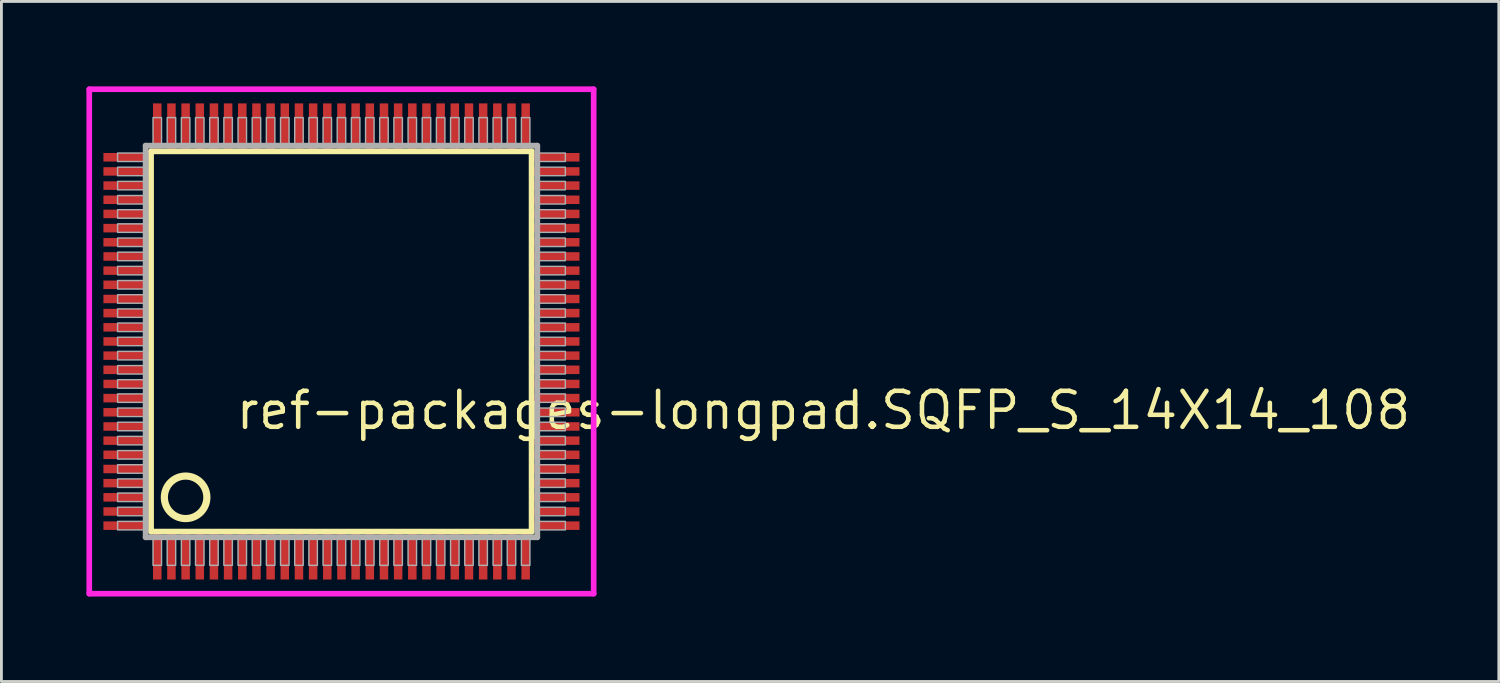
<source format=kicad_pcb>
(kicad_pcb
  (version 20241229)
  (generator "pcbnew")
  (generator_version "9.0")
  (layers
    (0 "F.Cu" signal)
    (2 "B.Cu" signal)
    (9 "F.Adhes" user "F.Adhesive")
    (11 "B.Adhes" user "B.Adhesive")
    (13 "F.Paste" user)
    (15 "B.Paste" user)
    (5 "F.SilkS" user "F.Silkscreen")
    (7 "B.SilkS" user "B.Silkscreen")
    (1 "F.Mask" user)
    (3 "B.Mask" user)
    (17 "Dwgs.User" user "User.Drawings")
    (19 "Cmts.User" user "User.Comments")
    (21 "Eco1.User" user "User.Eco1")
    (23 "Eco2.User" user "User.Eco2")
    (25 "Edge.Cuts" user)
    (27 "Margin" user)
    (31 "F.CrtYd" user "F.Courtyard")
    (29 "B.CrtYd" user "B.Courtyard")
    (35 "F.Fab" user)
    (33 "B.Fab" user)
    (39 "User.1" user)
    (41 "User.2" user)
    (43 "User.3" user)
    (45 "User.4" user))
  (footprint "ref-packages-longpad.SQFP_S_14X14_108"
    (layer "F.Cu")
    (at 9 9)
    (property "Reference" "ref-packages-longpad.SQFP_S_14X14_108" (at -3.81 3.175 0) (layer "F.SilkS") (effects (font (size 1.27 1.27) (thickness 0.16)) (justify left bottom)))
    (attr smd)
    (fp_line (start -6.72 -6.71) (end 6.71 -6.71) (stroke (width 0.203) (type default)) (layer "F.SilkS"))
    (fp_line (start -6.72 6.71) (end -6.72 -6.71) (stroke (width 0.203) (type default)) (layer "F.SilkS"))
    (fp_line (start 6.71 6.71) (end -6.72 6.71) (stroke (width 0.203) (type default)) (layer "F.SilkS"))
    (fp_line (start 6.71 -6.71) (end 6.71 6.71) (stroke (width 0.203) (type default)) (layer "F.SilkS"))
    (fp_circle (center -5.5 5.5) (end -4.75 5.5) (stroke (width 0.254) (type default)) (fill no) (layer "F.SilkS"))
    (fp_line (start -8.9 -8.9) (end 8.9 -8.9) (stroke (width 0.2) (type default)) (layer "F.CrtYd"))
    (fp_line (start -8.9 8.9) (end -8.9 -8.9) (stroke (width 0.2) (type default)) (layer "F.CrtYd"))
    (fp_line (start 8.9 -8.9) (end 8.9 8.9) (stroke (width 0.2) (type default)) (layer "F.CrtYd"))
    (fp_line (start 8.9 8.9) (end -8.9 8.9) (stroke (width 0.2) (type default)) (layer "F.CrtYd"))
    (fp_line (start -6.91 -6.91) (end -6.91 6.91) (stroke (width 0.203) (type default)) (layer "F.Fab"))
    (fp_line (start -6.91 6.91) (end 6.91 6.91) (stroke (width 0.203) (type default)) (layer "F.Fab"))
    (fp_line (start 6.91 -6.91) (end -6.91 -6.91) (stroke (width 0.203) (type default)) (layer "F.Fab"))
    (fp_line (start 6.91 6.91) (end 6.91 -6.91) (stroke (width 0.203) (type default)) (layer "F.Fab"))
    (fp_rect (start -7.9 -6.35) (end -6.95 -6.65) (stroke (width 0.05) (type default)) (fill no) (layer "F.Fab"))
    (fp_rect (start -7.9 -5.85) (end -6.95 -6.15) (stroke (width 0.05) (type default)) (fill no) (layer "F.Fab"))
    (fp_rect (start -7.9 -5.35) (end -6.95 -5.65) (stroke (width 0.05) (type default)) (fill no) (layer "F.Fab"))
    (fp_rect (start -7.9 -4.85) (end -6.95 -5.15) (stroke (width 0.05) (type default)) (fill no) (layer "F.Fab"))
    (fp_rect (start -7.9 -4.35) (end -6.95 -4.65) (stroke (width 0.05) (type default)) (fill no) (layer "F.Fab"))
    (fp_rect (start -7.9 -3.85) (end -6.95 -4.15) (stroke (width 0.05) (type default)) (fill no) (layer "F.Fab"))
    (fp_rect (start -7.9 -3.35) (end -6.95 -3.65) (stroke (width 0.05) (type default)) (fill no) (layer "F.Fab"))
    (fp_rect (start -7.9 -2.85) (end -6.95 -3.15) (stroke (width 0.05) (type default)) (fill no) (layer "F.Fab"))
    (fp_rect (start -7.9 -2.35) (end -6.95 -2.65) (stroke (width 0.05) (type default)) (fill no) (layer "F.Fab"))
    (fp_rect (start -7.9 -1.85) (end -6.95 -2.15) (stroke (width 0.05) (type default)) (fill no) (layer "F.Fab"))
    (fp_rect (start -7.9 -1.35) (end -6.95 -1.65) (stroke (width 0.05) (type default)) (fill no) (layer "F.Fab"))
    (fp_rect (start -7.9 -0.85) (end -6.95 -1.15) (stroke (width 0.05) (type default)) (fill no) (layer "F.Fab"))
    (fp_rect (start -7.9 -0.35) (end -6.95 -0.65) (stroke (width 0.05) (type default)) (fill no) (layer "F.Fab"))
    (fp_rect (start -7.9 0.15) (end -6.95 -0.15) (stroke (width 0.05) (type default)) (fill no) (layer "F.Fab"))
    (fp_rect (start -7.9 0.65) (end -6.95 0.35) (stroke (width 0.05) (type default)) (fill no) (layer "F.Fab"))
    (fp_rect (start -7.9 1.15) (end -6.95 0.85) (stroke (width 0.05) (type default)) (fill no) (layer "F.Fab"))
    (fp_rect (start -7.9 1.65) (end -6.95 1.35) (stroke (width 0.05) (type default)) (fill no) (layer "F.Fab"))
    (fp_rect (start -7.9 2.15) (end -6.95 1.85) (stroke (width 0.05) (type default)) (fill no) (layer "F.Fab"))
    (fp_rect (start -7.9 2.65) (end -6.95 2.35) (stroke (width 0.05) (type default)) (fill no) (layer "F.Fab"))
    (fp_rect (start -7.9 3.15) (end -6.95 2.85) (stroke (width 0.05) (type default)) (fill no) (layer "F.Fab"))
    (fp_rect (start -7.9 3.65) (end -6.95 3.35) (stroke (width 0.05) (type default)) (fill no) (layer "F.Fab"))
    (fp_rect (start -7.9 4.15) (end -6.95 3.85) (stroke (width 0.05) (type default)) (fill no) (layer "F.Fab"))
    (fp_rect (start -7.9 4.65) (end -6.95 4.35) (stroke (width 0.05) (type default)) (fill no) (layer "F.Fab"))
    (fp_rect (start -7.9 5.15) (end -6.95 4.85) (stroke (width 0.05) (type default)) (fill no) (layer "F.Fab"))
    (fp_rect (start -7.9 5.65) (end -6.95 5.35) (stroke (width 0.05) (type default)) (fill no) (layer "F.Fab"))
    (fp_rect (start -7.9 6.15) (end -6.95 5.85) (stroke (width 0.05) (type default)) (fill no) (layer "F.Fab"))
    (fp_rect (start -7.9 6.65) (end -6.95 6.35) (stroke (width 0.05) (type default)) (fill no) (layer "F.Fab"))
    (fp_rect (start -6.65 -6.95) (end -6.35 -7.9) (stroke (width 0.05) (type default)) (fill no) (layer "F.Fab"))
    (fp_rect (start -6.65 7.9) (end -6.35 6.95) (stroke (width 0.05) (type default)) (fill no) (layer "F.Fab"))
    (fp_rect (start -6.15 -6.95) (end -5.85 -7.9) (stroke (width 0.05) (type default)) (fill no) (layer "F.Fab"))
    (fp_rect (start -6.15 7.9) (end -5.85 6.95) (stroke (width 0.05) (type default)) (fill no) (layer "F.Fab"))
    (fp_rect (start -5.65 -6.95) (end -5.35 -7.9) (stroke (width 0.05) (type default)) (fill no) (layer "F.Fab"))
    (fp_rect (start -5.65 7.9) (end -5.35 6.95) (stroke (width 0.05) (type default)) (fill no) (layer "F.Fab"))
    (fp_rect (start -5.15 -6.95) (end -4.85 -7.9) (stroke (width 0.05) (type default)) (fill no) (layer "F.Fab"))
    (fp_rect (start -5.15 7.9) (end -4.85 6.95) (stroke (width 0.05) (type default)) (fill no) (layer "F.Fab"))
    (fp_rect (start -4.65 -6.95) (end -4.35 -7.9) (stroke (width 0.05) (type default)) (fill no) (layer "F.Fab"))
    (fp_rect (start -4.65 7.9) (end -4.35 6.95) (stroke (width 0.05) (type default)) (fill no) (layer "F.Fab"))
    (fp_rect (start -4.15 -6.95) (end -3.85 -7.9) (stroke (width 0.05) (type default)) (fill no) (layer "F.Fab"))
    (fp_rect (start -4.15 7.9) (end -3.85 6.95) (stroke (width 0.05) (type default)) (fill no) (layer "F.Fab"))
    (fp_rect (start -3.65 -6.95) (end -3.35 -7.9) (stroke (width 0.05) (type default)) (fill no) (layer "F.Fab"))
    (fp_rect (start -3.65 7.9) (end -3.35 6.95) (stroke (width 0.05) (type default)) (fill no) (layer "F.Fab"))
    (fp_rect (start -3.15 -6.95) (end -2.85 -7.9) (stroke (width 0.05) (type default)) (fill no) (layer "F.Fab"))
    (fp_rect (start -3.15 7.9) (end -2.85 6.95) (stroke (width 0.05) (type default)) (fill no) (layer "F.Fab"))
    (fp_rect (start -2.65 -6.95) (end -2.35 -7.9) (stroke (width 0.05) (type default)) (fill no) (layer "F.Fab"))
    (fp_rect (start -2.65 7.9) (end -2.35 6.95) (stroke (width 0.05) (type default)) (fill no) (layer "F.Fab"))
    (fp_rect (start -2.15 -6.95) (end -1.85 -7.9) (stroke (width 0.05) (type default)) (fill no) (layer "F.Fab"))
    (fp_rect (start -2.15 7.9) (end -1.85 6.95) (stroke (width 0.05) (type default)) (fill no) (layer "F.Fab"))
    (fp_rect (start -1.65 -6.95) (end -1.35 -7.9) (stroke (width 0.05) (type default)) (fill no) (layer "F.Fab"))
    (fp_rect (start -1.65 7.9) (end -1.35 6.95) (stroke (width 0.05) (type default)) (fill no) (layer "F.Fab"))
    (fp_rect (start -1.15 -6.95) (end -0.85 -7.9) (stroke (width 0.05) (type default)) (fill no) (layer "F.Fab"))
    (fp_rect (start -1.15 7.9) (end -0.85 6.95) (stroke (width 0.05) (type default)) (fill no) (layer "F.Fab"))
    (fp_rect (start -0.65 -6.95) (end -0.35 -7.9) (stroke (width 0.05) (type default)) (fill no) (layer "F.Fab"))
    (fp_rect (start -0.65 7.9) (end -0.35 6.95) (stroke (width 0.05) (type default)) (fill no) (layer "F.Fab"))
    (fp_rect (start -0.15 -6.95) (end 0.15 -7.9) (stroke (width 0.05) (type default)) (fill no) (layer "F.Fab"))
    (fp_rect (start -0.15 7.9) (end 0.15 6.95) (stroke (width 0.05) (type default)) (fill no) (layer "F.Fab"))
    (fp_rect (start 0.35 -6.95) (end 0.65 -7.9) (stroke (width 0.05) (type default)) (fill no) (layer "F.Fab"))
    (fp_rect (start 0.35 7.9) (end 0.65 6.95) (stroke (width 0.05) (type default)) (fill no) (layer "F.Fab"))
    (fp_rect (start 0.85 -6.95) (end 1.15 -7.9) (stroke (width 0.05) (type default)) (fill no) (layer "F.Fab"))
    (fp_rect (start 0.85 7.9) (end 1.15 6.95) (stroke (width 0.05) (type default)) (fill no) (layer "F.Fab"))
    (fp_rect (start 1.35 -6.95) (end 1.65 -7.9) (stroke (width 0.05) (type default)) (fill no) (layer "F.Fab"))
    (fp_rect (start 1.35 7.9) (end 1.65 6.95) (stroke (width 0.05) (type default)) (fill no) (layer "F.Fab"))
    (fp_rect (start 1.85 -6.95) (end 2.15 -7.9) (stroke (width 0.05) (type default)) (fill no) (layer "F.Fab"))
    (fp_rect (start 1.85 7.9) (end 2.15 6.95) (stroke (width 0.05) (type default)) (fill no) (layer "F.Fab"))
    (fp_rect (start 2.35 -6.95) (end 2.65 -7.9) (stroke (width 0.05) (type default)) (fill no) (layer "F.Fab"))
    (fp_rect (start 2.35 7.9) (end 2.65 6.95) (stroke (width 0.05) (type default)) (fill no) (layer "F.Fab"))
    (fp_rect (start 2.85 -6.95) (end 3.15 -7.9) (stroke (width 0.05) (type default)) (fill no) (layer "F.Fab"))
    (fp_rect (start 2.85 7.9) (end 3.15 6.95) (stroke (width 0.05) (type default)) (fill no) (layer "F.Fab"))
    (fp_rect (start 3.35 -6.95) (end 3.65 -7.9) (stroke (width 0.05) (type default)) (fill no) (layer "F.Fab"))
    (fp_rect (start 3.35 7.9) (end 3.65 6.95) (stroke (width 0.05) (type default)) (fill no) (layer "F.Fab"))
    (fp_rect (start 3.85 -6.95) (end 4.15 -7.9) (stroke (width 0.05) (type default)) (fill no) (layer "F.Fab"))
    (fp_rect (start 3.85 7.9) (end 4.15 6.95) (stroke (width 0.05) (type default)) (fill no) (layer "F.Fab"))
    (fp_rect (start 4.35 -6.95) (end 4.65 -7.9) (stroke (width 0.05) (type default)) (fill no) (layer "F.Fab"))
    (fp_rect (start 4.35 7.9) (end 4.65 6.95) (stroke (width 0.05) (type default)) (fill no) (layer "F.Fab"))
    (fp_rect (start 4.85 -6.95) (end 5.15 -7.9) (stroke (width 0.05) (type default)) (fill no) (layer "F.Fab"))
    (fp_rect (start 4.85 7.9) (end 5.15 6.95) (stroke (width 0.05) (type default)) (fill no) (layer "F.Fab"))
    (fp_rect (start 5.35 -6.95) (end 5.65 -7.9) (stroke (width 0.05) (type default)) (fill no) (layer "F.Fab"))
    (fp_rect (start 5.35 7.9) (end 5.65 6.95) (stroke (width 0.05) (type default)) (fill no) (layer "F.Fab"))
    (fp_rect (start 5.85 -6.95) (end 6.15 -7.9) (stroke (width 0.05) (type default)) (fill no) (layer "F.Fab"))
    (fp_rect (start 5.85 7.9) (end 6.15 6.95) (stroke (width 0.05) (type default)) (fill no) (layer "F.Fab"))
    (fp_rect (start 6.35 -6.95) (end 6.65 -7.9) (stroke (width 0.05) (type default)) (fill no) (layer "F.Fab"))
    (fp_rect (start 6.35 7.9) (end 6.65 6.95) (stroke (width 0.05) (type default)) (fill no) (layer "F.Fab"))
    (fp_rect (start 6.95 -6.35) (end 7.9 -6.65) (stroke (width 0.05) (type default)) (fill no) (layer "F.Fab"))
    (fp_rect (start 6.95 -5.85) (end 7.9 -6.15) (stroke (width 0.05) (type default)) (fill no) (layer "F.Fab"))
    (fp_rect (start 6.95 -5.35) (end 7.9 -5.65) (stroke (width 0.05) (type default)) (fill no) (layer "F.Fab"))
    (fp_rect (start 6.95 -4.85) (end 7.9 -5.15) (stroke (width 0.05) (type default)) (fill no) (layer "F.Fab"))
    (fp_rect (start 6.95 -4.35) (end 7.9 -4.65) (stroke (width 0.05) (type default)) (fill no) (layer "F.Fab"))
    (fp_rect (start 6.95 -3.85) (end 7.9 -4.15) (stroke (width 0.05) (type default)) (fill no) (layer "F.Fab"))
    (fp_rect (start 6.95 -3.35) (end 7.9 -3.65) (stroke (width 0.05) (type default)) (fill no) (layer "F.Fab"))
    (fp_rect (start 6.95 -2.85) (end 7.9 -3.15) (stroke (width 0.05) (type default)) (fill no) (layer "F.Fab"))
    (fp_rect (start 6.95 -2.35) (end 7.9 -2.65) (stroke (width 0.05) (type default)) (fill no) (layer "F.Fab"))
    (fp_rect (start 6.95 -1.85) (end 7.9 -2.15) (stroke (width 0.05) (type default)) (fill no) (layer "F.Fab"))
    (fp_rect (start 6.95 -1.35) (end 7.9 -1.65) (stroke (width 0.05) (type default)) (fill no) (layer "F.Fab"))
    (fp_rect (start 6.95 -0.85) (end 7.9 -1.15) (stroke (width 0.05) (type default)) (fill no) (layer "F.Fab"))
    (fp_rect (start 6.95 -0.35) (end 7.9 -0.65) (stroke (width 0.05) (type default)) (fill no) (layer "F.Fab"))
    (fp_rect (start 6.95 0.15) (end 7.9 -0.15) (stroke (width 0.05) (type default)) (fill no) (layer "F.Fab"))
    (fp_rect (start 6.95 0.65) (end 7.9 0.35) (stroke (width 0.05) (type default)) (fill no) (layer "F.Fab"))
    (fp_rect (start 6.95 1.15) (end 7.9 0.85) (stroke (width 0.05) (type default)) (fill no) (layer "F.Fab"))
    (fp_rect (start 6.95 1.65) (end 7.9 1.35) (stroke (width 0.05) (type default)) (fill no) (layer "F.Fab"))
    (fp_rect (start 6.95 2.15) (end 7.9 1.85) (stroke (width 0.05) (type default)) (fill no) (layer "F.Fab"))
    (fp_rect (start 6.95 2.65) (end 7.9 2.35) (stroke (width 0.05) (type default)) (fill no) (layer "F.Fab"))
    (fp_rect (start 6.95 3.15) (end 7.9 2.85) (stroke (width 0.05) (type default)) (fill no) (layer "F.Fab"))
    (fp_rect (start 6.95 3.65) (end 7.9 3.35) (stroke (width 0.05) (type default)) (fill no) (layer "F.Fab"))
    (fp_rect (start 6.95 4.15) (end 7.9 3.85) (stroke (width 0.05) (type default)) (fill no) (layer "F.Fab"))
    (fp_rect (start 6.95 4.65) (end 7.9 4.35) (stroke (width 0.05) (type default)) (fill no) (layer "F.Fab"))
    (fp_rect (start 6.95 5.15) (end 7.9 4.85) (stroke (width 0.05) (type default)) (fill no) (layer "F.Fab"))
    (fp_rect (start 6.95 5.65) (end 7.9 5.35) (stroke (width 0.05) (type default)) (fill no) (layer "F.Fab"))
    (fp_rect (start 6.95 6.15) (end 7.9 5.85) (stroke (width 0.05) (type default)) (fill no) (layer "F.Fab"))
    (fp_rect (start 6.95 6.65) (end 7.9 6.35) (stroke (width 0.05) (type default)) (fill no) (layer "F.Fab"))
    (pad "1" smd roundrect (at -6.5 7.6) (size 0.3 1.6) (layers "F.Cu" "F.Mask" "F.Paste") (roundrect_rratio 0.01))
    (pad "2" smd roundrect (at -6 7.6) (size 0.3 1.6) (layers "F.Cu" "F.Mask" "F.Paste") (roundrect_rratio 0.01))
    (pad "3" smd roundrect (at -5.5 7.6) (size 0.3 1.6) (layers "F.Cu" "F.Mask" "F.Paste") (roundrect_rratio 0.01))
    (pad "4" smd roundrect (at -5 7.6) (size 0.3 1.6) (layers "F.Cu" "F.Mask" "F.Paste") (roundrect_rratio 0.01))
    (pad "5" smd roundrect (at -4.5 7.6) (size 0.3 1.6) (layers "F.Cu" "F.Mask" "F.Paste") (roundrect_rratio 0.01))
    (pad "6" smd roundrect (at -4 7.6) (size 0.3 1.6) (layers "F.Cu" "F.Mask" "F.Paste") (roundrect_rratio 0.01))
    (pad "7" smd roundrect (at -3.5 7.6) (size 0.3 1.6) (layers "F.Cu" "F.Mask" "F.Paste") (roundrect_rratio 0.01))
    (pad "8" smd roundrect (at -3 7.6) (size 0.3 1.6) (layers "F.Cu" "F.Mask" "F.Paste") (roundrect_rratio 0.01))
    (pad "9" smd roundrect (at -2.5 7.6) (size 0.3 1.6) (layers "F.Cu" "F.Mask" "F.Paste") (roundrect_rratio 0.01))
    (pad "10" smd roundrect (at -2 7.6) (size 0.3 1.6) (layers "F.Cu" "F.Mask" "F.Paste") (roundrect_rratio 0.01))
    (pad "11" smd roundrect (at -1.5 7.6) (size 0.3 1.6) (layers "F.Cu" "F.Mask" "F.Paste") (roundrect_rratio 0.01))
    (pad "12" smd roundrect (at -1 7.6) (size 0.3 1.6) (layers "F.Cu" "F.Mask" "F.Paste") (roundrect_rratio 0.01))
    (pad "13" smd roundrect (at -0.5 7.6) (size 0.3 1.6) (layers "F.Cu" "F.Mask" "F.Paste") (roundrect_rratio 0.01))
    (pad "14" smd roundrect (at 0 7.6) (size 0.3 1.6) (layers "F.Cu" "F.Mask" "F.Paste") (roundrect_rratio 0.01))
    (pad "15" smd roundrect (at 0.5 7.6) (size 0.3 1.6) (layers "F.Cu" "F.Mask" "F.Paste") (roundrect_rratio 0.01))
    (pad "16" smd roundrect (at 1 7.6) (size 0.3 1.6) (layers "F.Cu" "F.Mask" "F.Paste") (roundrect_rratio 0.01))
    (pad "17" smd roundrect (at 1.5 7.6) (size 0.3 1.6) (layers "F.Cu" "F.Mask" "F.Paste") (roundrect_rratio 0.01))
    (pad "18" smd roundrect (at 2 7.6) (size 0.3 1.6) (layers "F.Cu" "F.Mask" "F.Paste") (roundrect_rratio 0.01))
    (pad "19" smd roundrect (at 2.5 7.6) (size 0.3 1.6) (layers "F.Cu" "F.Mask" "F.Paste") (roundrect_rratio 0.01))
    (pad "20" smd roundrect (at 3 7.6) (size 0.3 1.6) (layers "F.Cu" "F.Mask" "F.Paste") (roundrect_rratio 0.01))
    (pad "21" smd roundrect (at 3.5 7.6) (size 0.3 1.6) (layers "F.Cu" "F.Mask" "F.Paste") (roundrect_rratio 0.01))
    (pad "22" smd roundrect (at 4 7.6) (size 0.3 1.6) (layers "F.Cu" "F.Mask" "F.Paste") (roundrect_rratio 0.01))
    (pad "23" smd roundrect (at 4.5 7.6) (size 0.3 1.6) (layers "F.Cu" "F.Mask" "F.Paste") (roundrect_rratio 0.01))
    (pad "24" smd roundrect (at 5 7.6) (size 0.3 1.6) (layers "F.Cu" "F.Mask" "F.Paste") (roundrect_rratio 0.01))
    (pad "25" smd roundrect (at 5.5 7.6) (size 0.3 1.6) (layers "F.Cu" "F.Mask" "F.Paste") (roundrect_rratio 0.01))
    (pad "26" smd roundrect (at 6 7.6) (size 0.3 1.6) (layers "F.Cu" "F.Mask" "F.Paste") (roundrect_rratio 0.01))
    (pad "27" smd roundrect (at 6.5 7.6) (size 0.3 1.6) (layers "F.Cu" "F.Mask" "F.Paste") (roundrect_rratio 0.01))
    (pad "28" smd roundrect (at 7.6 6.5) (size 1.6 0.3) (layers "F.Cu" "F.Mask" "F.Paste") (roundrect_rratio 0.01))
    (pad "29" smd roundrect (at 7.6 6) (size 1.6 0.3) (layers "F.Cu" "F.Mask" "F.Paste") (roundrect_rratio 0.01))
    (pad "30" smd roundrect (at 7.6 5.5) (size 1.6 0.3) (layers "F.Cu" "F.Mask" "F.Paste") (roundrect_rratio 0.01))
    (pad "31" smd roundrect (at 7.6 5) (size 1.6 0.3) (layers "F.Cu" "F.Mask" "F.Paste") (roundrect_rratio 0.01))
    (pad "32" smd roundrect (at 7.6 4.5) (size 1.6 0.3) (layers "F.Cu" "F.Mask" "F.Paste") (roundrect_rratio 0.01))
    (pad "33" smd roundrect (at 7.6 4) (size 1.6 0.3) (layers "F.Cu" "F.Mask" "F.Paste") (roundrect_rratio 0.01))
    (pad "34" smd roundrect (at 7.6 3.5) (size 1.6 0.3) (layers "F.Cu" "F.Mask" "F.Paste") (roundrect_rratio 0.01))
    (pad "35" smd roundrect (at 7.6 3) (size 1.6 0.3) (layers "F.Cu" "F.Mask" "F.Paste") (roundrect_rratio 0.01))
    (pad "36" smd roundrect (at 7.6 2.5) (size 1.6 0.3) (layers "F.Cu" "F.Mask" "F.Paste") (roundrect_rratio 0.01))
    (pad "37" smd roundrect (at 7.6 2) (size 1.6 0.3) (layers "F.Cu" "F.Mask" "F.Paste") (roundrect_rratio 0.01))
    (pad "38" smd roundrect (at 7.6 1.5) (size 1.6 0.3) (layers "F.Cu" "F.Mask" "F.Paste") (roundrect_rratio 0.01))
    (pad "39" smd roundrect (at 7.6 1) (size 1.6 0.3) (layers "F.Cu" "F.Mask" "F.Paste") (roundrect_rratio 0.01))
    (pad "40" smd roundrect (at 7.6 0.5) (size 1.6 0.3) (layers "F.Cu" "F.Mask" "F.Paste") (roundrect_rratio 0.01))
    (pad "41" smd roundrect (at 7.6 0) (size 1.6 0.3) (layers "F.Cu" "F.Mask" "F.Paste") (roundrect_rratio 0.01))
    (pad "42" smd roundrect (at 7.6 -0.5) (size 1.6 0.3) (layers "F.Cu" "F.Mask" "F.Paste") (roundrect_rratio 0.01))
    (pad "43" smd roundrect (at 7.6 -1) (size 1.6 0.3) (layers "F.Cu" "F.Mask" "F.Paste") (roundrect_rratio 0.01))
    (pad "44" smd roundrect (at 7.6 -1.5) (size 1.6 0.3) (layers "F.Cu" "F.Mask" "F.Paste") (roundrect_rratio 0.01))
    (pad "45" smd roundrect (at 7.6 -2) (size 1.6 0.3) (layers "F.Cu" "F.Mask" "F.Paste") (roundrect_rratio 0.01))
    (pad "46" smd roundrect (at 7.6 -2.5) (size 1.6 0.3) (layers "F.Cu" "F.Mask" "F.Paste") (roundrect_rratio 0.01))
    (pad "47" smd roundrect (at 7.6 -3) (size 1.6 0.3) (layers "F.Cu" "F.Mask" "F.Paste") (roundrect_rratio 0.01))
    (pad "48" smd roundrect (at 7.6 -3.5) (size 1.6 0.3) (layers "F.Cu" "F.Mask" "F.Paste") (roundrect_rratio 0.01))
    (pad "49" smd roundrect (at 7.6 -4) (size 1.6 0.3) (layers "F.Cu" "F.Mask" "F.Paste") (roundrect_rratio 0.01))
    (pad "50" smd roundrect (at 7.6 -4.5) (size 1.6 0.3) (layers "F.Cu" "F.Mask" "F.Paste") (roundrect_rratio 0.01))
    (pad "51" smd roundrect (at 7.6 -5) (size 1.6 0.3) (layers "F.Cu" "F.Mask" "F.Paste") (roundrect_rratio 0.01))
    (pad "52" smd roundrect (at 7.6 -5.5) (size 1.6 0.3) (layers "F.Cu" "F.Mask" "F.Paste") (roundrect_rratio 0.01))
    (pad "53" smd roundrect (at 7.6 -6) (size 1.6 0.3) (layers "F.Cu" "F.Mask" "F.Paste") (roundrect_rratio 0.01))
    (pad "54" smd roundrect (at 7.6 -6.5) (size 1.6 0.3) (layers "F.Cu" "F.Mask" "F.Paste") (roundrect_rratio 0.01))
    (pad "55" smd roundrect (at 6.5 -7.6) (size 0.3 1.6) (layers "F.Cu" "F.Mask" "F.Paste") (roundrect_rratio 0.01))
    (pad "56" smd roundrect (at 6 -7.6) (size 0.3 1.6) (layers "F.Cu" "F.Mask" "F.Paste") (roundrect_rratio 0.01))
    (pad "57" smd roundrect (at 5.5 -7.6) (size 0.3 1.6) (layers "F.Cu" "F.Mask" "F.Paste") (roundrect_rratio 0.01))
    (pad "58" smd roundrect (at 5 -7.6) (size 0.3 1.6) (layers "F.Cu" "F.Mask" "F.Paste") (roundrect_rratio 0.01))
    (pad "59" smd roundrect (at 4.5 -7.6) (size 0.3 1.6) (layers "F.Cu" "F.Mask" "F.Paste") (roundrect_rratio 0.01))
    (pad "60" smd roundrect (at 4 -7.6) (size 0.3 1.6) (layers "F.Cu" "F.Mask" "F.Paste") (roundrect_rratio 0.01))
    (pad "61" smd roundrect (at 3.5 -7.6) (size 0.3 1.6) (layers "F.Cu" "F.Mask" "F.Paste") (roundrect_rratio 0.01))
    (pad "62" smd roundrect (at 3 -7.6) (size 0.3 1.6) (layers "F.Cu" "F.Mask" "F.Paste") (roundrect_rratio 0.01))
    (pad "63" smd roundrect (at 2.5 -7.6) (size 0.3 1.6) (layers "F.Cu" "F.Mask" "F.Paste") (roundrect_rratio 0.01))
    (pad "64" smd roundrect (at 2 -7.6) (size 0.3 1.6) (layers "F.Cu" "F.Mask" "F.Paste") (roundrect_rratio 0.01))
    (pad "65" smd roundrect (at 1.5 -7.6) (size 0.3 1.6) (layers "F.Cu" "F.Mask" "F.Paste") (roundrect_rratio 0.01))
    (pad "66" smd roundrect (at 1 -7.6) (size 0.3 1.6) (layers "F.Cu" "F.Mask" "F.Paste") (roundrect_rratio 0.01))
    (pad "67" smd roundrect (at 0.5 -7.6) (size 0.3 1.6) (layers "F.Cu" "F.Mask" "F.Paste") (roundrect_rratio 0.01))
    (pad "68" smd roundrect (at 0 -7.6) (size 0.3 1.6) (layers "F.Cu" "F.Mask" "F.Paste") (roundrect_rratio 0.01))
    (pad "69" smd roundrect (at -0.5 -7.6) (size 0.3 1.6) (layers "F.Cu" "F.Mask" "F.Paste") (roundrect_rratio 0.01))
    (pad "70" smd roundrect (at -1 -7.6) (size 0.3 1.6) (layers "F.Cu" "F.Mask" "F.Paste") (roundrect_rratio 0.01))
    (pad "71" smd roundrect (at -1.5 -7.6) (size 0.3 1.6) (layers "F.Cu" "F.Mask" "F.Paste") (roundrect_rratio 0.01))
    (pad "72" smd roundrect (at -2 -7.6) (size 0.3 1.6) (layers "F.Cu" "F.Mask" "F.Paste") (roundrect_rratio 0.01))
    (pad "73" smd roundrect (at -2.5 -7.6) (size 0.3 1.6) (layers "F.Cu" "F.Mask" "F.Paste") (roundrect_rratio 0.01))
    (pad "74" smd roundrect (at -3 -7.6) (size 0.3 1.6) (layers "F.Cu" "F.Mask" "F.Paste") (roundrect_rratio 0.01))
    (pad "75" smd roundrect (at -3.5 -7.6) (size 0.3 1.6) (layers "F.Cu" "F.Mask" "F.Paste") (roundrect_rratio 0.01))
    (pad "76" smd roundrect (at -4 -7.6) (size 0.3 1.6) (layers "F.Cu" "F.Mask" "F.Paste") (roundrect_rratio 0.01))
    (pad "77" smd roundrect (at -4.5 -7.6) (size 0.3 1.6) (layers "F.Cu" "F.Mask" "F.Paste") (roundrect_rratio 0.01))
    (pad "78" smd roundrect (at -5 -7.6) (size 0.3 1.6) (layers "F.Cu" "F.Mask" "F.Paste") (roundrect_rratio 0.01))
    (pad "79" smd roundrect (at -5.5 -7.6) (size 0.3 1.6) (layers "F.Cu" "F.Mask" "F.Paste") (roundrect_rratio 0.01))
    (pad "80" smd roundrect (at -6 -7.6) (size 0.3 1.6) (layers "F.Cu" "F.Mask" "F.Paste") (roundrect_rratio 0.01))
    (pad "81" smd roundrect (at -6.5 -7.6) (size 0.3 1.6) (layers "F.Cu" "F.Mask" "F.Paste") (roundrect_rratio 0.01))
    (pad "82" smd roundrect (at -7.6 -6.5) (size 1.6 0.3) (layers "F.Cu" "F.Mask" "F.Paste") (roundrect_rratio 0.01))
    (pad "83" smd roundrect (at -7.6 -6) (size 1.6 0.3) (layers "F.Cu" "F.Mask" "F.Paste") (roundrect_rratio 0.01))
    (pad "84" smd roundrect (at -7.6 -5.5) (size 1.6 0.3) (layers "F.Cu" "F.Mask" "F.Paste") (roundrect_rratio 0.01))
    (pad "85" smd roundrect (at -7.6 -5) (size 1.6 0.3) (layers "F.Cu" "F.Mask" "F.Paste") (roundrect_rratio 0.01))
    (pad "86" smd roundrect (at -7.6 -4.5) (size 1.6 0.3) (layers "F.Cu" "F.Mask" "F.Paste") (roundrect_rratio 0.01))
    (pad "87" smd roundrect (at -7.6 -4) (size 1.6 0.3) (layers "F.Cu" "F.Mask" "F.Paste") (roundrect_rratio 0.01))
    (pad "88" smd roundrect (at -7.6 -3.5) (size 1.6 0.3) (layers "F.Cu" "F.Mask" "F.Paste") (roundrect_rratio 0.01))
    (pad "89" smd roundrect (at -7.6 -3) (size 1.6 0.3) (layers "F.Cu" "F.Mask" "F.Paste") (roundrect_rratio 0.01))
    (pad "90" smd roundrect (at -7.6 -2.5) (size 1.6 0.3) (layers "F.Cu" "F.Mask" "F.Paste") (roundrect_rratio 0.01))
    (pad "91" smd roundrect (at -7.6 -2) (size 1.6 0.3) (layers "F.Cu" "F.Mask" "F.Paste") (roundrect_rratio 0.01))
    (pad "92" smd roundrect (at -7.6 -1.5) (size 1.6 0.3) (layers "F.Cu" "F.Mask" "F.Paste") (roundrect_rratio 0.01))
    (pad "93" smd roundrect (at -7.6 -1) (size 1.6 0.3) (layers "F.Cu" "F.Mask" "F.Paste") (roundrect_rratio 0.01))
    (pad "94" smd roundrect (at -7.6 -0.5) (size 1.6 0.3) (layers "F.Cu" "F.Mask" "F.Paste") (roundrect_rratio 0.01))
    (pad "95" smd roundrect (at -7.6 0) (size 1.6 0.3) (layers "F.Cu" "F.Mask" "F.Paste") (roundrect_rratio 0.01))
    (pad "96" smd roundrect (at -7.6 0.5) (size 1.6 0.3) (layers "F.Cu" "F.Mask" "F.Paste") (roundrect_rratio 0.01))
    (pad "97" smd roundrect (at -7.6 1) (size 1.6 0.3) (layers "F.Cu" "F.Mask" "F.Paste") (roundrect_rratio 0.01))
    (pad "98" smd roundrect (at -7.6 1.5) (size 1.6 0.3) (layers "F.Cu" "F.Mask" "F.Paste") (roundrect_rratio 0.01))
    (pad "99" smd roundrect (at -7.6 2) (size 1.6 0.3) (layers "F.Cu" "F.Mask" "F.Paste") (roundrect_rratio 0.01))
    (pad "100" smd roundrect (at -7.6 2.5) (size 1.6 0.3) (layers "F.Cu" "F.Mask" "F.Paste") (roundrect_rratio 0.01))
    (pad "101" smd roundrect (at -7.6 3) (size 1.6 0.3) (layers "F.Cu" "F.Mask" "F.Paste") (roundrect_rratio 0.01))
    (pad "102" smd roundrect (at -7.6 3.5) (size 1.6 0.3) (layers "F.Cu" "F.Mask" "F.Paste") (roundrect_rratio 0.01))
    (pad "103" smd roundrect (at -7.6 4) (size 1.6 0.3) (layers "F.Cu" "F.Mask" "F.Paste") (roundrect_rratio 0.01))
    (pad "104" smd roundrect (at -7.6 4.5) (size 1.6 0.3) (layers "F.Cu" "F.Mask" "F.Paste") (roundrect_rratio 0.01))
    (pad "105" smd roundrect (at -7.6 5) (size 1.6 0.3) (layers "F.Cu" "F.Mask" "F.Paste") (roundrect_rratio 0.01))
    (pad "106" smd roundrect (at -7.6 5.5) (size 1.6 0.3) (layers "F.Cu" "F.Mask" "F.Paste") (roundrect_rratio 0.01))
    (pad "107" smd roundrect (at -7.6 6) (size 1.6 0.3) (layers "F.Cu" "F.Mask" "F.Paste") (roundrect_rratio 0.01))
    (pad "108" smd roundrect (at -7.6 6.5) (size 1.6 0.3) (layers "F.Cu" "F.Mask" "F.Paste") (roundrect_rratio 0.01)))
  (gr_rect
    (start -3 -3)
    (end 49.842 21)
    (stroke (width 0.1) (type default))
    (fill no)
    (layer "Edge.Cuts")))
</source>
